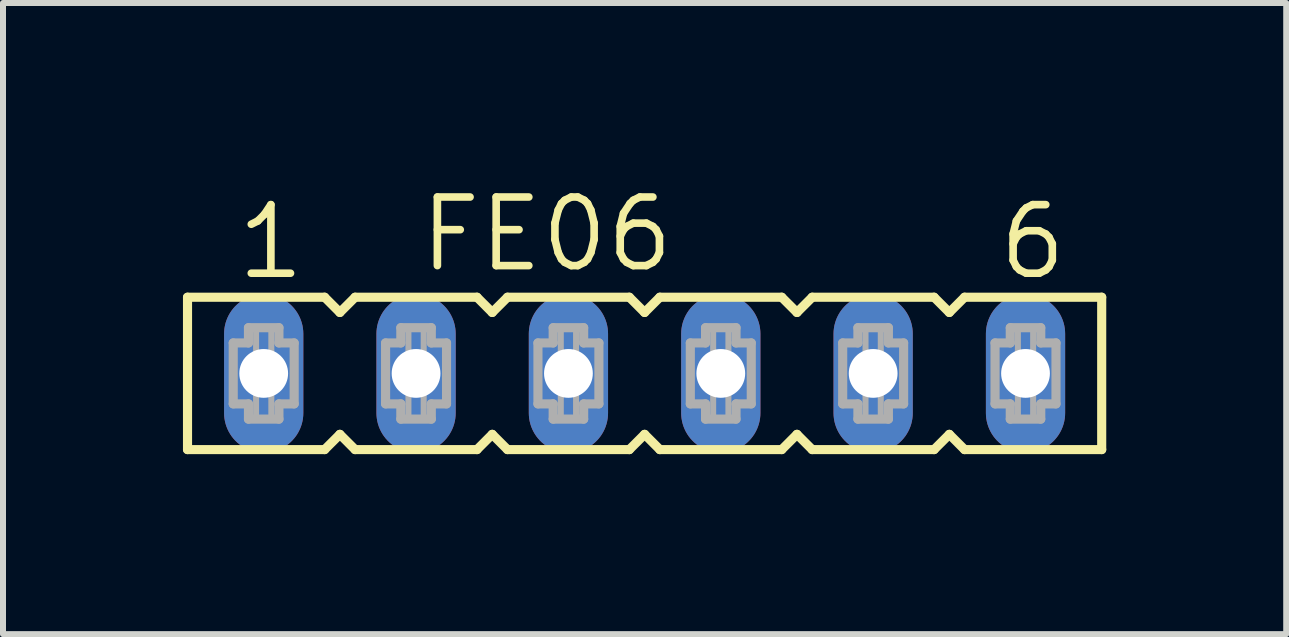
<source format=kicad_pcb>
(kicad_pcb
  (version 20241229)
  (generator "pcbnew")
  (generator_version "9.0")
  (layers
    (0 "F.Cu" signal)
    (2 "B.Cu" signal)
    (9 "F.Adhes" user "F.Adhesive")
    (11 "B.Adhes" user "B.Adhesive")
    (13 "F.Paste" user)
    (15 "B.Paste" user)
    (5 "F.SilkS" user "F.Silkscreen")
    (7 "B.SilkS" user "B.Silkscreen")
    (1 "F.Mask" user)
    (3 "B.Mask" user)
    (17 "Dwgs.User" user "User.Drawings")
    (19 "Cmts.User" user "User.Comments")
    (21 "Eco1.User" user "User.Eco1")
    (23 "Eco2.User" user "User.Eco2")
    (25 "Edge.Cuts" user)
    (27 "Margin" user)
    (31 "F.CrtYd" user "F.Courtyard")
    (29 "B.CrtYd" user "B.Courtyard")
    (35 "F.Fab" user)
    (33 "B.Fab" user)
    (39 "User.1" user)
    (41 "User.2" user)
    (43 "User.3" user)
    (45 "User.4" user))
  (footprint "FE06"
    (layer "F.Cu")
    (at 7.696 3.175)
    (property "Reference" "FE06" (at -3.81 -1.651 0) (unlocked yes) (layer "F.SilkS") (effects (font (size 1.143 1.143) (thickness 0.127)) (justify left bottom)))
    (fp_line (start -7.62 -1.27) (end -7.62 1.27) (stroke (width 0.152) (type solid)) (layer "F.SilkS"))
    (fp_line (start -7.62 1.27) (end -5.334 1.27) (stroke (width 0.152) (type solid)) (layer "F.SilkS"))
    (fp_line (start -5.334 -1.27) (end -7.62 -1.27) (stroke (width 0.152) (type solid)) (layer "F.SilkS"))
    (fp_line (start -5.334 1.27) (end -5.08 1.016) (stroke (width 0.152) (type solid)) (layer "F.SilkS"))
    (fp_line (start -5.08 -1.016) (end -5.334 -1.27) (stroke (width 0.152) (type solid)) (layer "F.SilkS"))
    (fp_line (start -5.08 1.016) (end -4.826 1.27) (stroke (width 0.152) (type solid)) (layer "F.SilkS"))
    (fp_line (start -4.826 -1.27) (end -5.08 -1.016) (stroke (width 0.152) (type solid)) (layer "F.SilkS"))
    (fp_line (start -4.826 1.27) (end -2.794 1.27) (stroke (width 0.152) (type solid)) (layer "F.SilkS"))
    (fp_line (start -2.794 -1.27) (end -4.826 -1.27) (stroke (width 0.152) (type solid)) (layer "F.SilkS"))
    (fp_line (start -2.794 1.27) (end -2.54 1.016) (stroke (width 0.152) (type solid)) (layer "F.SilkS"))
    (fp_line (start -2.54 -1.016) (end -2.794 -1.27) (stroke (width 0.152) (type solid)) (layer "F.SilkS"))
    (fp_line (start -2.54 1.016) (end -2.286 1.27) (stroke (width 0.152) (type solid)) (layer "F.SilkS"))
    (fp_line (start -2.286 -1.27) (end -2.54 -1.016) (stroke (width 0.152) (type solid)) (layer "F.SilkS"))
    (fp_line (start -2.286 1.27) (end -0.254 1.27) (stroke (width 0.152) (type solid)) (layer "F.SilkS"))
    (fp_line (start -0.254 -1.27) (end -2.286 -1.27) (stroke (width 0.152) (type solid)) (layer "F.SilkS"))
    (fp_line (start -0.254 1.27) (end 0 1.016) (stroke (width 0.152) (type solid)) (layer "F.SilkS"))
    (fp_line (start 0 -1.016) (end -0.254 -1.27) (stroke (width 0.152) (type solid)) (layer "F.SilkS"))
    (fp_line (start 0 1.016) (end 0.254 1.27) (stroke (width 0.152) (type solid)) (layer "F.SilkS"))
    (fp_line (start 0.254 -1.27) (end 0 -1.016) (stroke (width 0.152) (type solid)) (layer "F.SilkS"))
    (fp_line (start 0.254 1.27) (end 2.286 1.27) (stroke (width 0.152) (type solid)) (layer "F.SilkS"))
    (fp_line (start 2.286 -1.27) (end 0.254 -1.27) (stroke (width 0.152) (type solid)) (layer "F.SilkS"))
    (fp_line (start 2.286 1.27) (end 2.54 1.016) (stroke (width 0.152) (type solid)) (layer "F.SilkS"))
    (fp_line (start 2.54 -1.016) (end 2.286 -1.27) (stroke (width 0.152) (type solid)) (layer "F.SilkS"))
    (fp_line (start 2.54 1.016) (end 2.794 1.27) (stroke (width 0.152) (type solid)) (layer "F.SilkS"))
    (fp_line (start 2.794 -1.27) (end 2.54 -1.016) (stroke (width 0.152) (type solid)) (layer "F.SilkS"))
    (fp_line (start 2.794 1.27) (end 4.826 1.27) (stroke (width 0.152) (type solid)) (layer "F.SilkS"))
    (fp_line (start 4.826 -1.27) (end 2.794 -1.27) (stroke (width 0.152) (type solid)) (layer "F.SilkS"))
    (fp_line (start 4.826 1.27) (end 5.08 1.016) (stroke (width 0.152) (type solid)) (layer "F.SilkS"))
    (fp_line (start 5.08 -1.016) (end 4.826 -1.27) (stroke (width 0.152) (type solid)) (layer "F.SilkS"))
    (fp_line (start 5.08 1.016) (end 5.334 1.27) (stroke (width 0.152) (type solid)) (layer "F.SilkS"))
    (fp_line (start 5.334 -1.27) (end 5.08 -1.016) (stroke (width 0.152) (type solid)) (layer "F.SilkS"))
    (fp_line (start 5.334 1.27) (end 7.62 1.27) (stroke (width 0.152) (type solid)) (layer "F.SilkS"))
    (fp_line (start 7.62 -1.27) (end 5.334 -1.27) (stroke (width 0.152) (type solid)) (layer "F.SilkS"))
    (fp_line (start 7.62 1.27) (end 7.62 -1.27) (stroke (width 0.152) (type solid)) (layer "F.SilkS"))
    (fp_line (start -6.858 -0.508) (end -6.858 0.508) (stroke (width 0.152) (type solid)) (layer "F.Fab"))
    (fp_line (start -6.858 0.508) (end -6.604 0.508) (stroke (width 0.152) (type solid)) (layer "F.Fab"))
    (fp_line (start -6.604 -0.762) (end -6.604 -0.508) (stroke (width 0.152) (type solid)) (layer "F.Fab"))
    (fp_line (start -6.604 -0.508) (end -6.858 -0.508) (stroke (width 0.152) (type solid)) (layer "F.Fab"))
    (fp_line (start -6.604 0.508) (end -6.604 0.762) (stroke (width 0.152) (type solid)) (layer "F.Fab"))
    (fp_line (start -6.604 0.762) (end -6.096 0.762) (stroke (width 0.152) (type solid)) (layer "F.Fab"))
    (fp_line (start -6.096 -0.762) (end -6.604 -0.762) (stroke (width 0.152) (type solid)) (layer "F.Fab"))
    (fp_line (start -6.096 -0.508) (end -6.096 -0.762) (stroke (width 0.152) (type solid)) (layer "F.Fab"))
    (fp_line (start -6.096 0.508) (end -5.842 0.508) (stroke (width 0.152) (type solid)) (layer "F.Fab"))
    (fp_line (start -6.096 0.762) (end -6.096 0.508) (stroke (width 0.152) (type solid)) (layer "F.Fab"))
    (fp_line (start -5.842 -0.508) (end -6.096 -0.508) (stroke (width 0.152) (type solid)) (layer "F.Fab"))
    (fp_line (start -5.842 0.508) (end -5.842 -0.508) (stroke (width 0.152) (type solid)) (layer "F.Fab"))
    (fp_line (start -4.318 -0.508) (end -4.318 0.508) (stroke (width 0.152) (type solid)) (layer "F.Fab"))
    (fp_line (start -4.318 0.508) (end -4.064 0.508) (stroke (width 0.152) (type solid)) (layer "F.Fab"))
    (fp_line (start -4.064 -0.762) (end -4.064 -0.508) (stroke (width 0.152) (type solid)) (layer "F.Fab"))
    (fp_line (start -4.064 -0.508) (end -4.318 -0.508) (stroke (width 0.152) (type solid)) (layer "F.Fab"))
    (fp_line (start -4.064 0.508) (end -4.064 0.762) (stroke (width 0.152) (type solid)) (layer "F.Fab"))
    (fp_line (start -4.064 0.762) (end -3.556 0.762) (stroke (width 0.152) (type solid)) (layer "F.Fab"))
    (fp_line (start -3.556 -0.762) (end -4.064 -0.762) (stroke (width 0.152) (type solid)) (layer "F.Fab"))
    (fp_line (start -3.556 -0.508) (end -3.556 -0.762) (stroke (width 0.152) (type solid)) (layer "F.Fab"))
    (fp_line (start -3.556 0.508) (end -3.302 0.508) (stroke (width 0.152) (type solid)) (layer "F.Fab"))
    (fp_line (start -3.556 0.762) (end -3.556 0.508) (stroke (width 0.152) (type solid)) (layer "F.Fab"))
    (fp_line (start -3.302 -0.508) (end -3.556 -0.508) (stroke (width 0.152) (type solid)) (layer "F.Fab"))
    (fp_line (start -3.302 0.508) (end -3.302 -0.508) (stroke (width 0.152) (type solid)) (layer "F.Fab"))
    (fp_line (start -1.778 -0.508) (end -1.778 0.508) (stroke (width 0.152) (type solid)) (layer "F.Fab"))
    (fp_line (start -1.778 0.508) (end -1.524 0.508) (stroke (width 0.152) (type solid)) (layer "F.Fab"))
    (fp_line (start -1.524 -0.762) (end -1.524 -0.508) (stroke (width 0.152) (type solid)) (layer "F.Fab"))
    (fp_line (start -1.524 -0.508) (end -1.778 -0.508) (stroke (width 0.152) (type solid)) (layer "F.Fab"))
    (fp_line (start -1.524 0.508) (end -1.524 0.762) (stroke (width 0.152) (type solid)) (layer "F.Fab"))
    (fp_line (start -1.524 0.762) (end -1.016 0.762) (stroke (width 0.152) (type solid)) (layer "F.Fab"))
    (fp_line (start -1.016 -0.762) (end -1.524 -0.762) (stroke (width 0.152) (type solid)) (layer "F.Fab"))
    (fp_line (start -1.016 -0.508) (end -1.016 -0.762) (stroke (width 0.152) (type solid)) (layer "F.Fab"))
    (fp_line (start -1.016 0.508) (end -0.762 0.508) (stroke (width 0.152) (type solid)) (layer "F.Fab"))
    (fp_line (start -1.016 0.762) (end -1.016 0.508) (stroke (width 0.152) (type solid)) (layer "F.Fab"))
    (fp_line (start -0.762 -0.508) (end -1.016 -0.508) (stroke (width 0.152) (type solid)) (layer "F.Fab"))
    (fp_line (start -0.762 0.508) (end -0.762 -0.508) (stroke (width 0.152) (type solid)) (layer "F.Fab"))
    (fp_line (start 0.762 -0.508) (end 0.762 0.508) (stroke (width 0.152) (type solid)) (layer "F.Fab"))
    (fp_line (start 0.762 0.508) (end 1.016 0.508) (stroke (width 0.152) (type solid)) (layer "F.Fab"))
    (fp_line (start 1.016 -0.762) (end 1.016 -0.508) (stroke (width 0.152) (type solid)) (layer "F.Fab"))
    (fp_line (start 1.016 -0.508) (end 0.762 -0.508) (stroke (width 0.152) (type solid)) (layer "F.Fab"))
    (fp_line (start 1.016 0.508) (end 1.016 0.762) (stroke (width 0.152) (type solid)) (layer "F.Fab"))
    (fp_line (start 1.016 0.762) (end 1.524 0.762) (stroke (width 0.152) (type solid)) (layer "F.Fab"))
    (fp_line (start 1.524 -0.762) (end 1.016 -0.762) (stroke (width 0.152) (type solid)) (layer "F.Fab"))
    (fp_line (start 1.524 -0.508) (end 1.524 -0.762) (stroke (width 0.152) (type solid)) (layer "F.Fab"))
    (fp_line (start 1.524 0.508) (end 1.778 0.508) (stroke (width 0.152) (type solid)) (layer "F.Fab"))
    (fp_line (start 1.524 0.762) (end 1.524 0.508) (stroke (width 0.152) (type solid)) (layer "F.Fab"))
    (fp_line (start 1.778 -0.508) (end 1.524 -0.508) (stroke (width 0.152) (type solid)) (layer "F.Fab"))
    (fp_line (start 1.778 0.508) (end 1.778 -0.508) (stroke (width 0.152) (type solid)) (layer "F.Fab"))
    (fp_line (start 3.302 -0.508) (end 3.302 0.508) (stroke (width 0.152) (type solid)) (layer "F.Fab"))
    (fp_line (start 3.302 0.508) (end 3.556 0.508) (stroke (width 0.152) (type solid)) (layer "F.Fab"))
    (fp_line (start 3.556 -0.762) (end 3.556 -0.508) (stroke (width 0.152) (type solid)) (layer "F.Fab"))
    (fp_line (start 3.556 -0.508) (end 3.302 -0.508) (stroke (width 0.152) (type solid)) (layer "F.Fab"))
    (fp_line (start 3.556 0.508) (end 3.556 0.762) (stroke (width 0.152) (type solid)) (layer "F.Fab"))
    (fp_line (start 3.556 0.762) (end 4.064 0.762) (stroke (width 0.152) (type solid)) (layer "F.Fab"))
    (fp_line (start 4.064 -0.762) (end 3.556 -0.762) (stroke (width 0.152) (type solid)) (layer "F.Fab"))
    (fp_line (start 4.064 -0.508) (end 4.064 -0.762) (stroke (width 0.152) (type solid)) (layer "F.Fab"))
    (fp_line (start 4.064 0.508) (end 4.318 0.508) (stroke (width 0.152) (type solid)) (layer "F.Fab"))
    (fp_line (start 4.064 0.762) (end 4.064 0.508) (stroke (width 0.152) (type solid)) (layer "F.Fab"))
    (fp_line (start 4.318 -0.508) (end 4.064 -0.508) (stroke (width 0.152) (type solid)) (layer "F.Fab"))
    (fp_line (start 4.318 0.508) (end 4.318 -0.508) (stroke (width 0.152) (type solid)) (layer "F.Fab"))
    (fp_line (start 5.842 -0.508) (end 5.842 0.508) (stroke (width 0.152) (type solid)) (layer "F.Fab"))
    (fp_line (start 5.842 0.508) (end 6.096 0.508) (stroke (width 0.152) (type solid)) (layer "F.Fab"))
    (fp_line (start 6.096 -0.762) (end 6.096 -0.508) (stroke (width 0.152) (type solid)) (layer "F.Fab"))
    (fp_line (start 6.096 -0.508) (end 5.842 -0.508) (stroke (width 0.152) (type solid)) (layer "F.Fab"))
    (fp_line (start 6.096 0.508) (end 6.096 0.762) (stroke (width 0.152) (type solid)) (layer "F.Fab"))
    (fp_line (start 6.096 0.762) (end 6.604 0.762) (stroke (width 0.152) (type solid)) (layer "F.Fab"))
    (fp_line (start 6.604 -0.762) (end 6.096 -0.762) (stroke (width 0.152) (type solid)) (layer "F.Fab"))
    (fp_line (start 6.604 -0.508) (end 6.604 -0.762) (stroke (width 0.152) (type solid)) (layer "F.Fab"))
    (fp_line (start 6.604 0.508) (end 6.858 0.508) (stroke (width 0.152) (type solid)) (layer "F.Fab"))
    (fp_line (start 6.604 0.762) (end 6.604 0.508) (stroke (width 0.152) (type solid)) (layer "F.Fab"))
    (fp_line (start 6.858 -0.508) (end 6.604 -0.508) (stroke (width 0.152) (type solid)) (layer "F.Fab"))
    (fp_line (start 6.858 0.508) (end 6.858 -0.508) (stroke (width 0.152) (type solid)) (layer "F.Fab"))
    (fp_poly (pts (xy -6.477 -0.254) (xy -6.223 -0.254) (xy -6.223 -0.762) (xy -6.477 -0.762)) (stroke (width 0.1) (type default)) (fill no) (layer "F.Fab"))
    (fp_poly (pts (xy -6.477 0.762) (xy -6.223 0.762) (xy -6.223 0.254) (xy -6.477 0.254)) (stroke (width 0.1) (type default)) (fill no) (layer "F.Fab"))
    (fp_poly (pts (xy -3.937 -0.254) (xy -3.683 -0.254) (xy -3.683 -0.762) (xy -3.937 -0.762)) (stroke (width 0.1) (type default)) (fill no) (layer "F.Fab"))
    (fp_poly (pts (xy -3.937 0.762) (xy -3.683 0.762) (xy -3.683 0.254) (xy -3.937 0.254)) (stroke (width 0.1) (type default)) (fill no) (layer "F.Fab"))
    (fp_poly (pts (xy -1.397 -0.254) (xy -1.143 -0.254) (xy -1.143 -0.762) (xy -1.397 -0.762)) (stroke (width 0.1) (type default)) (fill no) (layer "F.Fab"))
    (fp_poly (pts (xy -1.397 0.762) (xy -1.143 0.762) (xy -1.143 0.254) (xy -1.397 0.254)) (stroke (width 0.1) (type default)) (fill no) (layer "F.Fab"))
    (fp_poly (pts (xy 1.143 -0.254) (xy 1.397 -0.254) (xy 1.397 -0.762) (xy 1.143 -0.762)) (stroke (width 0.1) (type default)) (fill no) (layer "F.Fab"))
    (fp_poly (pts (xy 1.143 0.762) (xy 1.397 0.762) (xy 1.397 0.254) (xy 1.143 0.254)) (stroke (width 0.1) (type default)) (fill no) (layer "F.Fab"))
    (fp_poly (pts (xy 3.683 -0.254) (xy 3.937 -0.254) (xy 3.937 -0.762) (xy 3.683 -0.762)) (stroke (width 0.1) (type default)) (fill no) (layer "F.Fab"))
    (fp_poly (pts (xy 3.683 0.762) (xy 3.937 0.762) (xy 3.937 0.254) (xy 3.683 0.254)) (stroke (width 0.1) (type default)) (fill no) (layer "F.Fab"))
    (fp_poly (pts (xy 6.223 -0.254) (xy 6.477 -0.254) (xy 6.477 -0.762) (xy 6.223 -0.762)) (stroke (width 0.1) (type default)) (fill no) (layer "F.Fab"))
    (fp_poly (pts (xy 6.223 0.762) (xy 6.477 0.762) (xy 6.477 0.254) (xy 6.223 0.254)) (stroke (width 0.1) (type default)) (fill no) (layer "F.Fab"))
    (fp_text user "6" (at 5.842 -1.524 0) (unlocked yes) (layer "F.SilkS") (effects (font (size 1.143 1.143) (thickness 0.127)) (justify left bottom)))
    (fp_text user "1" (at -6.858 -1.524 0) (unlocked yes) (layer "F.SilkS") (effects (font (size 1.143 1.143) (thickness 0.127)) (justify left bottom)))
    (pad "1" thru_hole oval (at -6.35 0 90) (size 2.642 1.321) (drill 0.813) (layers "*.Cu" "*.Mask"))
    (pad "2" thru_hole oval (at -3.81 0 90) (size 2.642 1.321) (drill 0.813) (layers "*.Cu" "*.Mask"))
    (pad "3" thru_hole oval (at -1.27 0 90) (size 2.642 1.321) (drill 0.813) (layers "*.Cu" "*.Mask"))
    (pad "4" thru_hole oval (at 1.27 0 90) (size 2.642 1.321) (drill 0.813) (layers "*.Cu" "*.Mask"))
    (pad "5" thru_hole oval (at 3.81 0 90) (size 2.642 1.321) (drill 0.813) (layers "*.Cu" "*.Mask"))
    (pad "6" thru_hole oval (at 6.35 0 90) (size 2.642 1.321) (drill 0.813) (layers "*.Cu" "*.Mask")))
  (gr_rect
    (start -3 -3)
    (end 18.392 7.521)
    (stroke (width 0.1) (type default))
    (fill no)
    (layer "Edge.Cuts")))
</source>
